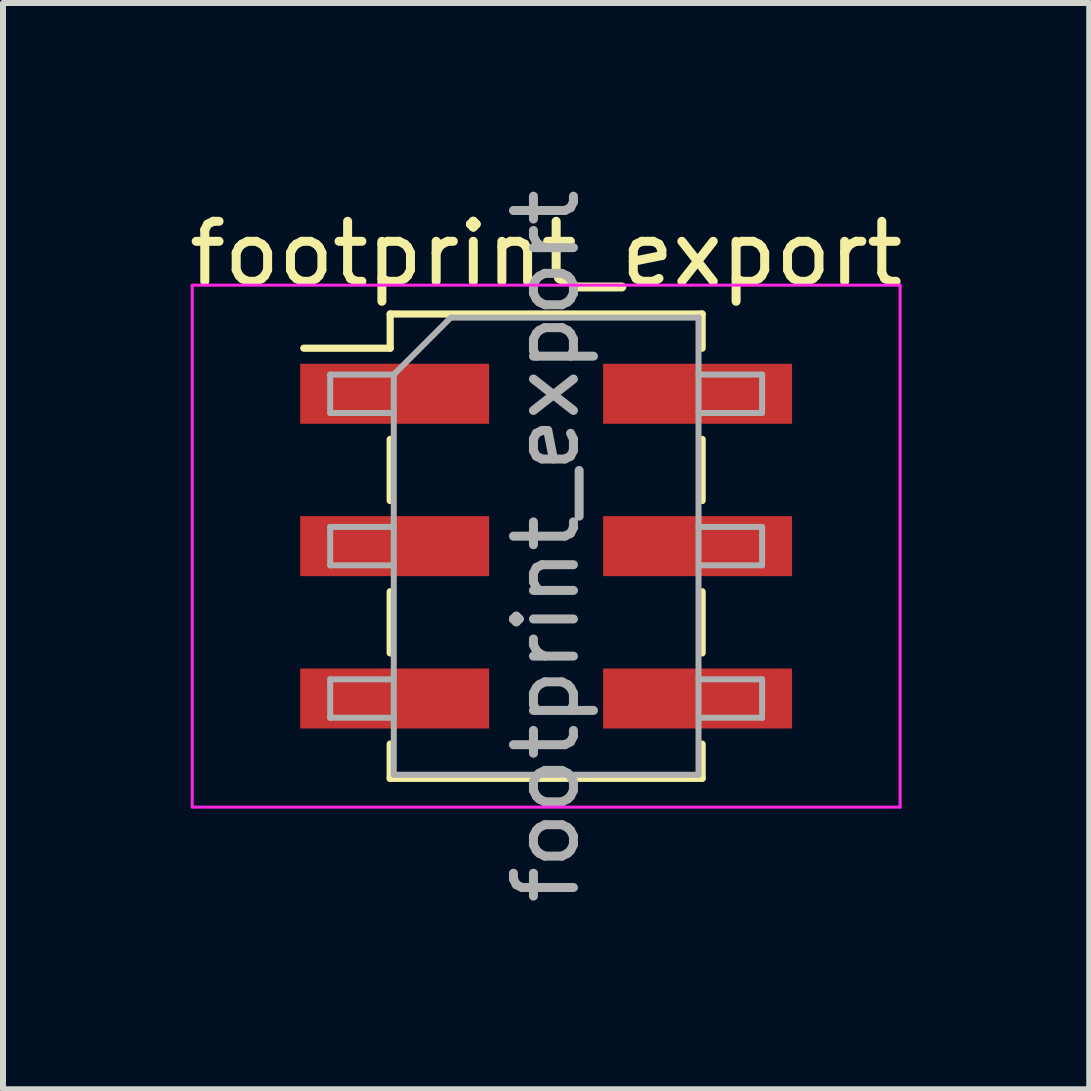
<source format=kicad_pcb>
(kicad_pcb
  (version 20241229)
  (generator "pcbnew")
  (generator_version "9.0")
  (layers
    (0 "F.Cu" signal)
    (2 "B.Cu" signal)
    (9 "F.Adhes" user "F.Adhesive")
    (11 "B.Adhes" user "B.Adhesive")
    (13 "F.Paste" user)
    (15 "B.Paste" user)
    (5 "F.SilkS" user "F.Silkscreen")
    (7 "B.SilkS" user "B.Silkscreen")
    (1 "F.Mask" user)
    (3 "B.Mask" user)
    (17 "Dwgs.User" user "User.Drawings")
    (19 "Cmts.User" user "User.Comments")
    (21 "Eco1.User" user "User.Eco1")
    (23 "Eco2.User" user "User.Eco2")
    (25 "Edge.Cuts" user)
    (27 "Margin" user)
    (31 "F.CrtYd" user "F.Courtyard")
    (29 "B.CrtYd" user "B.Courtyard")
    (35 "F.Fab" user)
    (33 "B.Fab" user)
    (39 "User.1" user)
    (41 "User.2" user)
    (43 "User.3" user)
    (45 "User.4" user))
  (footprint "footprint_export"
    (layer "F.Cu")
    (at 6.054 6.054)
    (property "Reference" "footprint_export" (at 0 -4.87 0) (layer "F.SilkS") (effects (font (size 1 1) (thickness 0.15))))
    (attr smd)
    (fp_line (start -4.04 -3.3) (end -2.6 -3.3) (stroke (width 0.12) (type solid)) (layer "F.SilkS"))
    (fp_line (start -2.6 -3.87) (end -2.6 -3.3) (stroke (width 0.12) (type solid)) (layer "F.SilkS"))
    (fp_line (start -2.6 -3.87) (end 2.6 -3.87) (stroke (width 0.12) (type solid)) (layer "F.SilkS"))
    (fp_line (start -2.6 -1.78) (end -2.6 -0.76) (stroke (width 0.12) (type solid)) (layer "F.SilkS"))
    (fp_line (start -2.6 0.76) (end -2.6 1.78) (stroke (width 0.12) (type solid)) (layer "F.SilkS"))
    (fp_line (start -2.6 3.3) (end -2.6 3.87) (stroke (width 0.12) (type solid)) (layer "F.SilkS"))
    (fp_line (start -2.6 3.87) (end 2.6 3.87) (stroke (width 0.12) (type solid)) (layer "F.SilkS"))
    (fp_line (start 2.6 -3.87) (end 2.6 -3.3) (stroke (width 0.12) (type solid)) (layer "F.SilkS"))
    (fp_line (start 2.6 -1.78) (end 2.6 -0.76) (stroke (width 0.12) (type solid)) (layer "F.SilkS"))
    (fp_line (start 2.6 0.76) (end 2.6 1.78) (stroke (width 0.12) (type solid)) (layer "F.SilkS"))
    (fp_line (start 2.6 3.3) (end 2.6 3.87) (stroke (width 0.12) (type solid)) (layer "F.SilkS"))
    (fp_line (start -5.9 -4.35) (end -5.9 4.35) (stroke (width 0.05) (type solid)) (layer "F.CrtYd"))
    (fp_line (start -5.9 4.35) (end 5.9 4.35) (stroke (width 0.05) (type solid)) (layer "F.CrtYd"))
    (fp_line (start 5.9 -4.35) (end -5.9 -4.35) (stroke (width 0.05) (type solid)) (layer "F.CrtYd"))
    (fp_line (start 5.9 4.35) (end 5.9 -4.35) (stroke (width 0.05) (type solid)) (layer "F.CrtYd"))
    (fp_line (start -3.6 -2.86) (end -3.6 -2.22) (stroke (width 0.1) (type solid)) (layer "F.Fab"))
    (fp_line (start -3.6 -2.22) (end -2.54 -2.22) (stroke (width 0.1) (type solid)) (layer "F.Fab"))
    (fp_line (start -3.6 -0.32) (end -3.6 0.32) (stroke (width 0.1) (type solid)) (layer "F.Fab"))
    (fp_line (start -3.6 0.32) (end -2.54 0.32) (stroke (width 0.1) (type solid)) (layer "F.Fab"))
    (fp_line (start -3.6 2.22) (end -3.6 2.86) (stroke (width 0.1) (type solid)) (layer "F.Fab"))
    (fp_line (start -3.6 2.86) (end -2.54 2.86) (stroke (width 0.1) (type solid)) (layer "F.Fab"))
    (fp_line (start -2.54 -2.86) (end -3.6 -2.86) (stroke (width 0.1) (type solid)) (layer "F.Fab"))
    (fp_line (start -2.54 -2.86) (end -1.59 -3.81) (stroke (width 0.1) (type solid)) (layer "F.Fab"))
    (fp_line (start -2.54 -0.32) (end -3.6 -0.32) (stroke (width 0.1) (type solid)) (layer "F.Fab"))
    (fp_line (start -2.54 2.22) (end -3.6 2.22) (stroke (width 0.1) (type solid)) (layer "F.Fab"))
    (fp_line (start -2.54 3.81) (end -2.54 -2.86) (stroke (width 0.1) (type solid)) (layer "F.Fab"))
    (fp_line (start -1.59 -3.81) (end 2.54 -3.81) (stroke (width 0.1) (type solid)) (layer "F.Fab"))
    (fp_line (start 2.54 -3.81) (end 2.54 3.81) (stroke (width 0.1) (type solid)) (layer "F.Fab"))
    (fp_line (start 2.54 -2.86) (end 3.6 -2.86) (stroke (width 0.1) (type solid)) (layer "F.Fab"))
    (fp_line (start 2.54 -0.32) (end 3.6 -0.32) (stroke (width 0.1) (type solid)) (layer "F.Fab"))
    (fp_line (start 2.54 2.22) (end 3.6 2.22) (stroke (width 0.1) (type solid)) (layer "F.Fab"))
    (fp_line (start 2.54 3.81) (end -2.54 3.81) (stroke (width 0.1) (type solid)) (layer "F.Fab"))
    (fp_line (start 3.6 -2.86) (end 3.6 -2.22) (stroke (width 0.1) (type solid)) (layer "F.Fab"))
    (fp_line (start 3.6 -2.22) (end 2.54 -2.22) (stroke (width 0.1) (type solid)) (layer "F.Fab"))
    (fp_line (start 3.6 -0.32) (end 3.6 0.32) (stroke (width 0.1) (type solid)) (layer "F.Fab"))
    (fp_line (start 3.6 0.32) (end 2.54 0.32) (stroke (width 0.1) (type solid)) (layer "F.Fab"))
    (fp_line (start 3.6 2.22) (end 3.6 2.86) (stroke (width 0.1) (type solid)) (layer "F.Fab"))
    (fp_line (start 3.6 2.86) (end 2.54 2.86) (stroke (width 0.1) (type solid)) (layer "F.Fab"))
    (fp_text user "${REFERENCE}" (at 0 0 90) (layer "F.Fab") (effects (font (size 1 1) (thickness 0.15))))
    (pad "1" smd rect (at -2.525 -2.54) (size 3.15 1) (layers "F.Cu" "F.Mask" "F.Paste"))
    (pad "2" smd rect (at 2.525 -2.54) (size 3.15 1) (layers "F.Cu" "F.Mask" "F.Paste"))
    (pad "3" smd rect (at -2.525 0) (size 3.15 1) (layers "F.Cu" "F.Mask" "F.Paste"))
    (pad "4" smd rect (at 2.525 0) (size 3.15 1) (layers "F.Cu" "F.Mask" "F.Paste"))
    (pad "5" smd rect (at -2.525 2.54) (size 3.15 1) (layers "F.Cu" "F.Mask" "F.Paste"))
    (pad "6" smd rect (at 2.525 2.54) (size 3.15 1) (layers "F.Cu" "F.Mask" "F.Paste")))
  (gr_rect
    (start -3 -3)
    (end 15.107 15.107)
    (stroke (width 0.1) (type default))
    (fill no)
    (layer "Edge.Cuts")))
</source>
